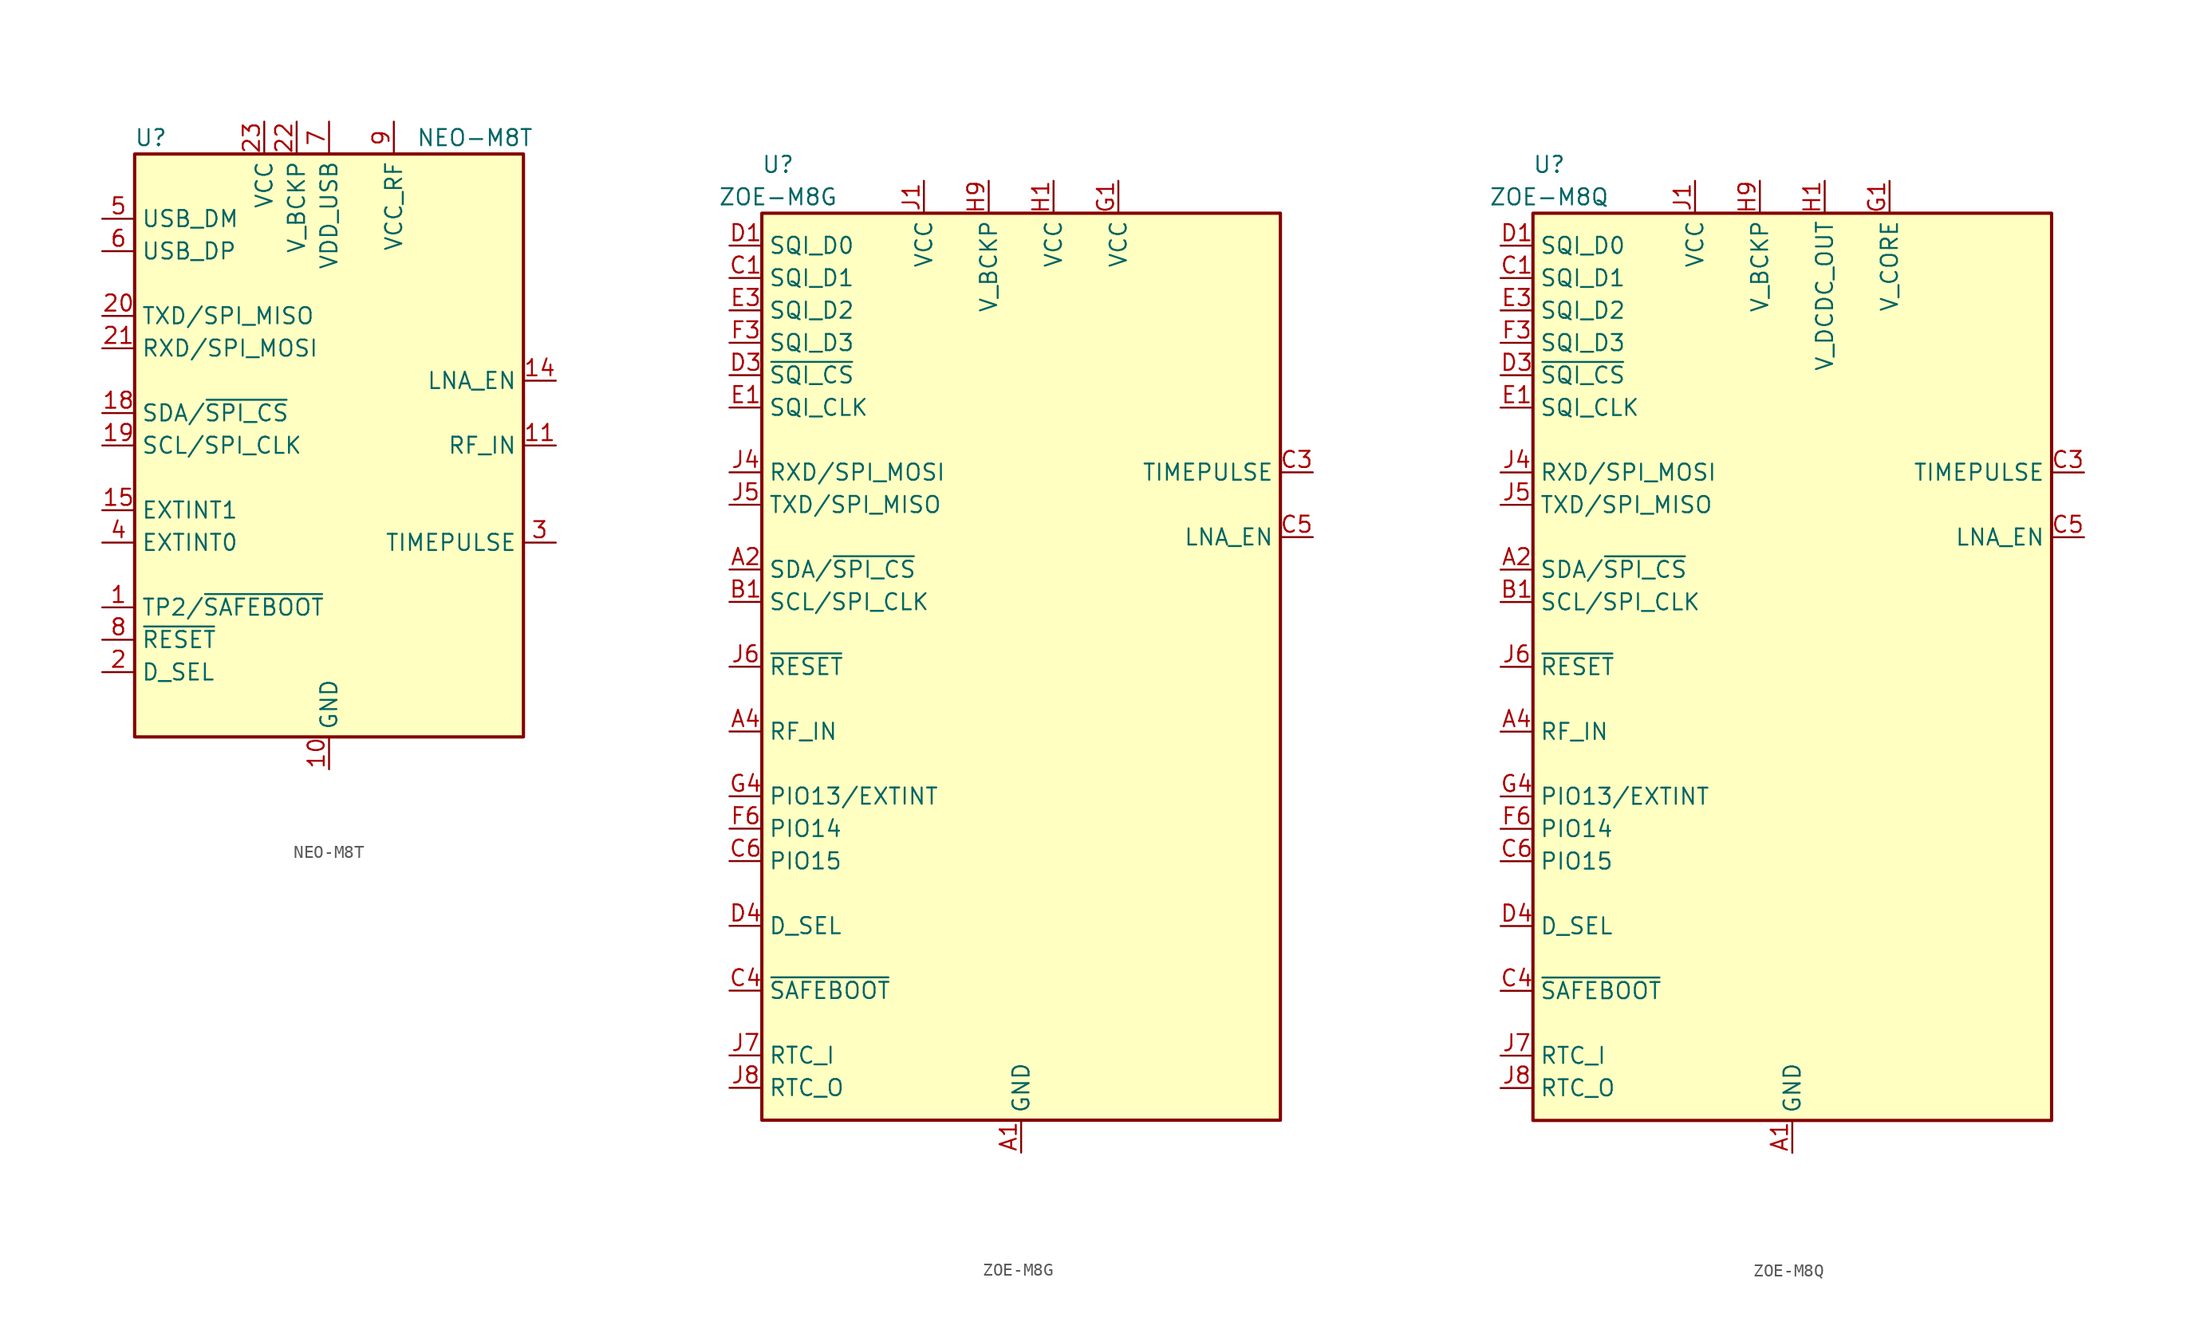
<source format=kicad_sym>
(kicad_symbol_lib
  (version 20231120)
  (generator "kicad_symbol_editor")
  (generator_version "8.0")
  (symbol "NEO-M8T"
    (property "Reference" "U"
      (at -13.97 24.13 0)
      (effects (font (size 1.27 1.27))))
    (property "Value" "NEO-M8T"
      (at 11.43 24.13 0)
      (effects (font (size 1.27 1.27))))
    (symbol "NEO-M8T_0_1"
      (rectangle (start -15.24 22.86) (end 15.24 -22.86) (stroke (width 0.254) (type default)) (fill (type background))))
    (symbol "NEO-M8T_1_1"
      (pin bidirectional line (at -17.78 -12.7 0) (length 2.54) (name "TP2/~{SAFEBOOT}" (effects (font (size 1.27 1.27)))) (number "1" (effects (font (size 1.27 1.27)))))
      (pin power_in line (at 0 -25.4 90) (length 2.54) (name "GND" (effects (font (size 1.27 1.27)))) (number "10" (effects (font (size 1.27 1.27)))))
      (pin input line (at 17.78 0 180) (length 2.54) (name "RF_IN" (effects (font (size 1.27 1.27)))) (number "11" (effects (font (size 1.27 1.27)))))
      (pin passive line (at 0 -25.4 90) (length 2.54) hide (name "GND" (effects (font (size 1.27 1.27)))) (number "12" (effects (font (size 1.27 1.27)))))
      (pin passive line (at 0 -25.4 90) (length 2.54) hide (name "GND" (effects (font (size 1.27 1.27)))) (number "13" (effects (font (size 1.27 1.27)))))
      (pin output line (at 17.78 5.08 180) (length 2.54) (name "LNA_EN" (effects (font (size 1.27 1.27)))) (number "14" (effects (font (size 1.27 1.27)))))
      (pin input line (at -17.78 -5.08 0) (length 2.54) (name "EXTINT1" (effects (font (size 1.27 1.27)))) (number "15" (effects (font (size 1.27 1.27)))))
      (pin no_connect line (at 15.24 -10.16 180) (length 2.54) hide (name "RESERVED" (effects (font (size 1.27 1.27)))) (number "16" (effects (font (size 1.27 1.27)))))
      (pin no_connect line (at 15.24 -12.7 180) (length 2.54) hide (name "RESERVED" (effects (font (size 1.27 1.27)))) (number "17" (effects (font (size 1.27 1.27)))))
      (pin bidirectional line (at -17.78 2.54 0) (length 2.54) (name "SDA/~{SPI_CS}" (effects (font (size 1.27 1.27)))) (number "18" (effects (font (size 1.27 1.27)))))
      (pin input line (at -17.78 0 0) (length 2.54) (name "SCL/SPI_CLK" (effects (font (size 1.27 1.27)))) (number "19" (effects (font (size 1.27 1.27)))))
      (pin input line (at -17.78 -17.78 0) (length 2.54) (name "D_SEL" (effects (font (size 1.27 1.27)))) (number "2" (effects (font (size 1.27 1.27)))))
      (pin output line (at -17.78 10.16 0) (length 2.54) (name "TXD/SPI_MISO" (effects (font (size 1.27 1.27)))) (number "20" (effects (font (size 1.27 1.27)))))
      (pin input line (at -17.78 7.62 0) (length 2.54) (name "RXD/SPI_MOSI" (effects (font (size 1.27 1.27)))) (number "21" (effects (font (size 1.27 1.27)))))
      (pin power_in line (at -2.54 25.4 270) (length 2.54) (name "V_BCKP" (effects (font (size 1.27 1.27)))) (number "22" (effects (font (size 1.27 1.27)))))
      (pin power_in line (at -5.08 25.4 270) (length 2.54) (name "VCC" (effects (font (size 1.27 1.27)))) (number "23" (effects (font (size 1.27 1.27)))))
      (pin passive line (at 0 -25.4 90) (length 2.54) hide (name "GND" (effects (font (size 1.27 1.27)))) (number "24" (effects (font (size 1.27 1.27)))))
      (pin output line (at 17.78 -7.62 180) (length 2.54) (name "TIMEPULSE" (effects (font (size 1.27 1.27)))) (number "3" (effects (font (size 1.27 1.27)))))
      (pin input line (at -17.78 -7.62 0) (length 2.54) (name "EXTINT0" (effects (font (size 1.27 1.27)))) (number "4" (effects (font (size 1.27 1.27)))))
      (pin bidirectional line (at -17.78 17.78 0) (length 2.54) (name "USB_DM" (effects (font (size 1.27 1.27)))) (number "5" (effects (font (size 1.27 1.27)))))
      (pin bidirectional line (at -17.78 15.24 0) (length 2.54) (name "USB_DP" (effects (font (size 1.27 1.27)))) (number "6" (effects (font (size 1.27 1.27)))))
      (pin power_in line (at 0 25.4 270) (length 2.54) (name "VDD_USB" (effects (font (size 1.27 1.27)))) (number "7" (effects (font (size 1.27 1.27)))))
      (pin input line (at -17.78 -15.24 0) (length 2.54) (name "~{RESET}" (effects (font (size 1.27 1.27)))) (number "8" (effects (font (size 1.27 1.27)))))
      (pin power_out line (at 5.08 25.4 270) (length 2.54) (name "VCC_RF" (effects (font (size 1.27 1.27)))) (number "9" (effects (font (size 1.27 1.27)))))))
  (symbol "ZOE-M8G"
    (property "Reference" "U"
      (at -19.05 39.37 0)
      (effects (font (size 1.27 1.27))))
    (property "Value" "ZOE-M8G"
      (at -19.05 36.83 0)
      (effects (font (size 1.27 1.27))))
    (symbol "ZOE-M8G_1_1"
      (rectangle (start -20.32 35.56) (end 20.32 -35.56) (stroke (width 0.254) (type default)) (fill (type background)))
      (pin power_in line (at 0 -38.1 90) (length 2.54) (name "GND" (effects (font (size 1.27 1.27)))) (number "A1" (effects (font (size 1.27 1.27)))))
      (pin bidirectional line (at -22.86 7.62 0) (length 2.54) (name "SDA/~{SPI_CS}" (effects (font (size 1.27 1.27)))) (number "A2" (effects (font (size 1.27 1.27)))))
      (pin passive line (at 0 -38.1 90) (length 2.54) hide (name "GND" (effects (font (size 1.27 1.27)))) (number "A3" (effects (font (size 1.27 1.27)))))
      (pin input line (at -22.86 -5.08 0) (length 2.54) (name "RF_IN" (effects (font (size 1.27 1.27)))) (number "A4" (effects (font (size 1.27 1.27)))))
      (pin passive line (at 0 -38.1 90) (length 2.54) hide (name "GND" (effects (font (size 1.27 1.27)))) (number "A5" (effects (font (size 1.27 1.27)))))
      (pin no_connect line (at 20.32 0 180) (length 2.54) hide (name "Reserved" (effects (font (size 1.27 1.27)))) (number "A6" (effects (font (size 1.27 1.27)))))
      (pin passive line (at 0 -38.1 90) (length 2.54) hide (name "GND" (effects (font (size 1.27 1.27)))) (number "A7" (effects (font (size 1.27 1.27)))))
      (pin passive line (at 0 -38.1 90) (length 2.54) hide (name "GND" (effects (font (size 1.27 1.27)))) (number "A8" (effects (font (size 1.27 1.27)))))
      (pin passive line (at 0 -38.1 90) (length 2.54) hide (name "GND" (effects (font (size 1.27 1.27)))) (number "A9" (effects (font (size 1.27 1.27)))))
      (pin input line (at -22.86 5.08 0) (length 2.54) (name "SCL/SPI_CLK" (effects (font (size 1.27 1.27)))) (number "B1" (effects (font (size 1.27 1.27)))))
      (pin passive line (at 0 -38.1 90) (length 2.54) hide (name "GND" (effects (font (size 1.27 1.27)))) (number "B9" (effects (font (size 1.27 1.27)))))
      (pin input line (at -22.86 30.48 0) (length 2.54) (name "SQI_D1" (effects (font (size 1.27 1.27)))) (number "C1" (effects (font (size 1.27 1.27)))))
      (pin output line (at 22.86 15.24 180) (length 2.54) (name "TIMEPULSE" (effects (font (size 1.27 1.27)))) (number "C3" (effects (font (size 1.27 1.27)))))
      (pin input line (at -22.86 -25.4 0) (length 2.54) (name "~{SAFEBOOT}" (effects (font (size 1.27 1.27)))) (number "C4" (effects (font (size 1.27 1.27)))))
      (pin output line (at 22.86 10.16 180) (length 2.54) (name "LNA_EN" (effects (font (size 1.27 1.27)))) (number "C5" (effects (font (size 1.27 1.27)))))
      (pin bidirectional line (at -22.86 -15.24 0) (length 2.54) (name "PIO15" (effects (font (size 1.27 1.27)))) (number "C6" (effects (font (size 1.27 1.27)))))
      (pin passive line (at 0 -38.1 90) (length 2.54) hide (name "GND" (effects (font (size 1.27 1.27)))) (number "C7" (effects (font (size 1.27 1.27)))))
      (pin passive line (at 0 -38.1 90) (length 2.54) hide (name "GND" (effects (font (size 1.27 1.27)))) (number "C9" (effects (font (size 1.27 1.27)))))
      (pin bidirectional line (at -22.86 33.02 0) (length 2.54) (name "SQI_D0" (effects (font (size 1.27 1.27)))) (number "D1" (effects (font (size 1.27 1.27)))))
      (pin bidirectional line (at -22.86 22.86 0) (length 2.54) (name "~{SQI_CS}" (effects (font (size 1.27 1.27)))) (number "D3" (effects (font (size 1.27 1.27)))))
      (pin input line (at -22.86 -20.32 0) (length 2.54) (name "D_SEL" (effects (font (size 1.27 1.27)))) (number "D4" (effects (font (size 1.27 1.27)))))
      (pin passive line (at 0 -38.1 90) (length 2.54) hide (name "GND" (effects (font (size 1.27 1.27)))) (number "D6" (effects (font (size 1.27 1.27)))))
      (pin passive line (at 0 -38.1 90) (length 2.54) hide (name "GND" (effects (font (size 1.27 1.27)))) (number "D9" (effects (font (size 1.27 1.27)))))
      (pin bidirectional line (at -22.86 20.32 0) (length 2.54) (name "SQI_CLK" (effects (font (size 1.27 1.27)))) (number "E1" (effects (font (size 1.27 1.27)))))
      (pin bidirectional line (at -22.86 27.94 0) (length 2.54) (name "SQI_D2" (effects (font (size 1.27 1.27)))) (number "E3" (effects (font (size 1.27 1.27)))))
      (pin passive line (at 0 -38.1 90) (length 2.54) hide (name "GND" (effects (font (size 1.27 1.27)))) (number "E7" (effects (font (size 1.27 1.27)))))
      (pin no_connect line (at 20.32 -5.08 180) (length 2.54) hide (name "Reserved" (effects (font (size 1.27 1.27)))) (number "E9" (effects (font (size 1.27 1.27)))))
      (pin no_connect line (at 20.32 -10.16 180) (length 2.54) hide (name "Reserved" (effects (font (size 1.27 1.27)))) (number "F1" (effects (font (size 1.27 1.27)))))
      (pin bidirectional line (at -22.86 25.4 0) (length 2.54) (name "SQI_D3" (effects (font (size 1.27 1.27)))) (number "F3" (effects (font (size 1.27 1.27)))))
      (pin no_connect line (at 20.32 -15.24 180) (length 2.54) hide (name "Reserved" (effects (font (size 1.27 1.27)))) (number "F4" (effects (font (size 1.27 1.27)))))
      (pin bidirectional line (at -22.86 -12.7 0) (length 2.54) (name "PIO14" (effects (font (size 1.27 1.27)))) (number "F6" (effects (font (size 1.27 1.27)))))
      (pin passive line (at 0 -38.1 90) (length 2.54) hide (name "GND" (effects (font (size 1.27 1.27)))) (number "F7" (effects (font (size 1.27 1.27)))))
      (pin no_connect line (at 20.32 -20.32 180) (length 2.54) hide (name "Reserved" (effects (font (size 1.27 1.27)))) (number "F9" (effects (font (size 1.27 1.27)))))
      (pin power_in line (at 7.62 38.1 270) (length 2.54) (name "VCC" (effects (font (size 1.27 1.27)))) (number "G1" (effects (font (size 1.27 1.27)))))
      (pin passive line (at 0 -38.1 90) (length 2.54) hide (name "GND" (effects (font (size 1.27 1.27)))) (number "G3" (effects (font (size 1.27 1.27)))))
      (pin input line (at -22.86 -10.16 0) (length 2.54) (name "PIO13/EXTINT" (effects (font (size 1.27 1.27)))) (number "G4" (effects (font (size 1.27 1.27)))))
      (pin no_connect line (at 20.32 -25.4 180) (length 2.54) hide (name "Reserved" (effects (font (size 1.27 1.27)))) (number "G5" (effects (font (size 1.27 1.27)))))
      (pin passive line (at 0 -38.1 90) (length 2.54) hide (name "GND" (effects (font (size 1.27 1.27)))) (number "G6" (effects (font (size 1.27 1.27)))))
      (pin passive line (at 0 -38.1 90) (length 2.54) hide (name "GND" (effects (font (size 1.27 1.27)))) (number "G7" (effects (font (size 1.27 1.27)))))
      (pin no_connect line (at 20.32 -30.48 180) (length 2.54) hide (name "Reserved" (effects (font (size 1.27 1.27)))) (number "G9" (effects (font (size 1.27 1.27)))))
      (pin power_in line (at 2.54 38.1 270) (length 2.54) (name "VCC" (effects (font (size 1.27 1.27)))) (number "H1" (effects (font (size 1.27 1.27)))))
      (pin power_in line (at -2.54 38.1 270) (length 2.54) (name "V_BCKP" (effects (font (size 1.27 1.27)))) (number "H9" (effects (font (size 1.27 1.27)))))
      (pin power_in line (at -7.62 38.1 270) (length 2.54) (name "VCC" (effects (font (size 1.27 1.27)))) (number "J1" (effects (font (size 1.27 1.27)))))
      (pin passive line (at -7.62 38.1 270) (length 2.54) hide (name "VCC" (effects (font (size 1.27 1.27)))) (number "J2" (effects (font (size 1.27 1.27)))))
      (pin passive line (at 0 -38.1 90) (length 2.54) hide (name "GND" (effects (font (size 1.27 1.27)))) (number "J3" (effects (font (size 1.27 1.27)))))
      (pin input line (at -22.86 15.24 0) (length 2.54) (name "RXD/SPI_MOSI" (effects (font (size 1.27 1.27)))) (number "J4" (effects (font (size 1.27 1.27)))))
      (pin output line (at -22.86 12.7 0) (length 2.54) (name "TXD/SPI_MISO" (effects (font (size 1.27 1.27)))) (number "J5" (effects (font (size 1.27 1.27)))))
      (pin input line (at -22.86 0 0) (length 2.54) (name "~{RESET}" (effects (font (size 1.27 1.27)))) (number "J6" (effects (font (size 1.27 1.27)))))
      (pin input line (at -22.86 -30.48 0) (length 2.54) (name "RTC_I" (effects (font (size 1.27 1.27)))) (number "J7" (effects (font (size 1.27 1.27)))))
      (pin output line (at -22.86 -33.02 0) (length 2.54) (name "RTC_O" (effects (font (size 1.27 1.27)))) (number "J8" (effects (font (size 1.27 1.27)))))
      (pin passive line (at 0 -38.1 90) (length 2.54) hide (name "GND" (effects (font (size 1.27 1.27)))) (number "J9" (effects (font (size 1.27 1.27)))))))
  (symbol "ZOE-M8Q"
    (property "Reference" "U"
      (at -19.05 39.37 0)
      (effects (font (size 1.27 1.27))))
    (property "Value" "ZOE-M8Q"
      (at -19.05 36.83 0)
      (effects (font (size 1.27 1.27))))
    (symbol "ZOE-M8Q_1_1"
      (rectangle (start -20.32 35.56) (end 20.32 -35.56) (stroke (width 0.254) (type default)) (fill (type background)))
      (pin power_in line (at 0 -38.1 90) (length 2.54) (name "GND" (effects (font (size 1.27 1.27)))) (number "A1" (effects (font (size 1.27 1.27)))))
      (pin bidirectional line (at -22.86 7.62 0) (length 2.54) (name "SDA/~{SPI_CS}" (effects (font (size 1.27 1.27)))) (number "A2" (effects (font (size 1.27 1.27)))))
      (pin passive line (at 0 -38.1 90) (length 2.54) hide (name "GND" (effects (font (size 1.27 1.27)))) (number "A3" (effects (font (size 1.27 1.27)))))
      (pin input line (at -22.86 -5.08 0) (length 2.54) (name "RF_IN" (effects (font (size 1.27 1.27)))) (number "A4" (effects (font (size 1.27 1.27)))))
      (pin passive line (at 0 -38.1 90) (length 2.54) hide (name "GND" (effects (font (size 1.27 1.27)))) (number "A5" (effects (font (size 1.27 1.27)))))
      (pin no_connect line (at 20.32 0 180) (length 2.54) hide (name "Reserved" (effects (font (size 1.27 1.27)))) (number "A6" (effects (font (size 1.27 1.27)))))
      (pin passive line (at 0 -38.1 90) (length 2.54) hide (name "GND" (effects (font (size 1.27 1.27)))) (number "A7" (effects (font (size 1.27 1.27)))))
      (pin passive line (at 0 -38.1 90) (length 2.54) hide (name "GND" (effects (font (size 1.27 1.27)))) (number "A8" (effects (font (size 1.27 1.27)))))
      (pin passive line (at 0 -38.1 90) (length 2.54) hide (name "GND" (effects (font (size 1.27 1.27)))) (number "A9" (effects (font (size 1.27 1.27)))))
      (pin input line (at -22.86 5.08 0) (length 2.54) (name "SCL/SPI_CLK" (effects (font (size 1.27 1.27)))) (number "B1" (effects (font (size 1.27 1.27)))))
      (pin passive line (at 0 -38.1 90) (length 2.54) hide (name "GND" (effects (font (size 1.27 1.27)))) (number "B9" (effects (font (size 1.27 1.27)))))
      (pin input line (at -22.86 30.48 0) (length 2.54) (name "SQI_D1" (effects (font (size 1.27 1.27)))) (number "C1" (effects (font (size 1.27 1.27)))))
      (pin output line (at 22.86 15.24 180) (length 2.54) (name "TIMEPULSE" (effects (font (size 1.27 1.27)))) (number "C3" (effects (font (size 1.27 1.27)))))
      (pin input line (at -22.86 -25.4 0) (length 2.54) (name "~{SAFEBOOT}" (effects (font (size 1.27 1.27)))) (number "C4" (effects (font (size 1.27 1.27)))))
      (pin output line (at 22.86 10.16 180) (length 2.54) (name "LNA_EN" (effects (font (size 1.27 1.27)))) (number "C5" (effects (font (size 1.27 1.27)))))
      (pin bidirectional line (at -22.86 -15.24 0) (length 2.54) (name "PIO15" (effects (font (size 1.27 1.27)))) (number "C6" (effects (font (size 1.27 1.27)))))
      (pin passive line (at 0 -38.1 90) (length 2.54) hide (name "GND" (effects (font (size 1.27 1.27)))) (number "C7" (effects (font (size 1.27 1.27)))))
      (pin passive line (at 0 -38.1 90) (length 2.54) hide (name "GND" (effects (font (size 1.27 1.27)))) (number "C9" (effects (font (size 1.27 1.27)))))
      (pin bidirectional line (at -22.86 33.02 0) (length 2.54) (name "SQI_D0" (effects (font (size 1.27 1.27)))) (number "D1" (effects (font (size 1.27 1.27)))))
      (pin bidirectional line (at -22.86 22.86 0) (length 2.54) (name "~{SQI_CS}" (effects (font (size 1.27 1.27)))) (number "D3" (effects (font (size 1.27 1.27)))))
      (pin input line (at -22.86 -20.32 0) (length 2.54) (name "D_SEL" (effects (font (size 1.27 1.27)))) (number "D4" (effects (font (size 1.27 1.27)))))
      (pin passive line (at 0 -38.1 90) (length 2.54) hide (name "GND" (effects (font (size 1.27 1.27)))) (number "D6" (effects (font (size 1.27 1.27)))))
      (pin passive line (at 0 -38.1 90) (length 2.54) hide (name "GND" (effects (font (size 1.27 1.27)))) (number "D9" (effects (font (size 1.27 1.27)))))
      (pin bidirectional line (at -22.86 20.32 0) (length 2.54) (name "SQI_CLK" (effects (font (size 1.27 1.27)))) (number "E1" (effects (font (size 1.27 1.27)))))
      (pin bidirectional line (at -22.86 27.94 0) (length 2.54) (name "SQI_D2" (effects (font (size 1.27 1.27)))) (number "E3" (effects (font (size 1.27 1.27)))))
      (pin passive line (at 0 -38.1 90) (length 2.54) hide (name "GND" (effects (font (size 1.27 1.27)))) (number "E7" (effects (font (size 1.27 1.27)))))
      (pin no_connect line (at 20.32 -5.08 180) (length 2.54) hide (name "Reserved" (effects (font (size 1.27 1.27)))) (number "E9" (effects (font (size 1.27 1.27)))))
      (pin no_connect line (at 20.32 -10.16 180) (length 2.54) hide (name "Reserved" (effects (font (size 1.27 1.27)))) (number "F1" (effects (font (size 1.27 1.27)))))
      (pin bidirectional line (at -22.86 25.4 0) (length 2.54) (name "SQI_D3" (effects (font (size 1.27 1.27)))) (number "F3" (effects (font (size 1.27 1.27)))))
      (pin no_connect line (at 20.32 -15.24 180) (length 2.54) hide (name "Reserved" (effects (font (size 1.27 1.27)))) (number "F4" (effects (font (size 1.27 1.27)))))
      (pin bidirectional line (at -22.86 -12.7 0) (length 2.54) (name "PIO14" (effects (font (size 1.27 1.27)))) (number "F6" (effects (font (size 1.27 1.27)))))
      (pin passive line (at 0 -38.1 90) (length 2.54) hide (name "GND" (effects (font (size 1.27 1.27)))) (number "F7" (effects (font (size 1.27 1.27)))))
      (pin no_connect line (at 20.32 -20.32 180) (length 2.54) hide (name "Reserved" (effects (font (size 1.27 1.27)))) (number "F9" (effects (font (size 1.27 1.27)))))
      (pin power_in line (at 7.62 38.1 270) (length 2.54) (name "V_CORE" (effects (font (size 1.27 1.27)))) (number "G1" (effects (font (size 1.27 1.27)))))
      (pin passive line (at 0 -38.1 90) (length 2.54) hide (name "GND" (effects (font (size 1.27 1.27)))) (number "G3" (effects (font (size 1.27 1.27)))))
      (pin input line (at -22.86 -10.16 0) (length 2.54) (name "PIO13/EXTINT" (effects (font (size 1.27 1.27)))) (number "G4" (effects (font (size 1.27 1.27)))))
      (pin no_connect line (at 20.32 -25.4 180) (length 2.54) hide (name "Reserved" (effects (font (size 1.27 1.27)))) (number "G5" (effects (font (size 1.27 1.27)))))
      (pin passive line (at 0 -38.1 90) (length 2.54) hide (name "GND" (effects (font (size 1.27 1.27)))) (number "G6" (effects (font (size 1.27 1.27)))))
      (pin passive line (at 0 -38.1 90) (length 2.54) hide (name "GND" (effects (font (size 1.27 1.27)))) (number "G7" (effects (font (size 1.27 1.27)))))
      (pin no_connect line (at 20.32 -30.48 180) (length 2.54) hide (name "Reserved" (effects (font (size 1.27 1.27)))) (number "G9" (effects (font (size 1.27 1.27)))))
      (pin power_out line (at 2.54 38.1 270) (length 2.54) (name "V_DCDC_OUT" (effects (font (size 1.27 1.27)))) (number "H1" (effects (font (size 1.27 1.27)))))
      (pin power_in line (at -2.54 38.1 270) (length 2.54) (name "V_BCKP" (effects (font (size 1.27 1.27)))) (number "H9" (effects (font (size 1.27 1.27)))))
      (pin power_in line (at -7.62 38.1 270) (length 2.54) (name "VCC" (effects (font (size 1.27 1.27)))) (number "J1" (effects (font (size 1.27 1.27)))))
      (pin passive line (at -7.62 38.1 270) (length 2.54) hide (name "VCC" (effects (font (size 1.27 1.27)))) (number "J2" (effects (font (size 1.27 1.27)))))
      (pin passive line (at 0 -38.1 90) (length 2.54) hide (name "GND" (effects (font (size 1.27 1.27)))) (number "J3" (effects (font (size 1.27 1.27)))))
      (pin input line (at -22.86 15.24 0) (length 2.54) (name "RXD/SPI_MOSI" (effects (font (size 1.27 1.27)))) (number "J4" (effects (font (size 1.27 1.27)))))
      (pin output line (at -22.86 12.7 0) (length 2.54) (name "TXD/SPI_MISO" (effects (font (size 1.27 1.27)))) (number "J5" (effects (font (size 1.27 1.27)))))
      (pin input line (at -22.86 0 0) (length 2.54) (name "~{RESET}" (effects (font (size 1.27 1.27)))) (number "J6" (effects (font (size 1.27 1.27)))))
      (pin input line (at -22.86 -30.48 0) (length 2.54) (name "RTC_I" (effects (font (size 1.27 1.27)))) (number "J7" (effects (font (size 1.27 1.27)))))
      (pin output line (at -22.86 -33.02 0) (length 2.54) (name "RTC_O" (effects (font (size 1.27 1.27)))) (number "J8" (effects (font (size 1.27 1.27)))))
      (pin passive line (at 0 -38.1 90) (length 2.54) hide (name "GND" (effects (font (size 1.27 1.27)))) (number "J9" (effects (font (size 1.27 1.27))))))))
</source>
